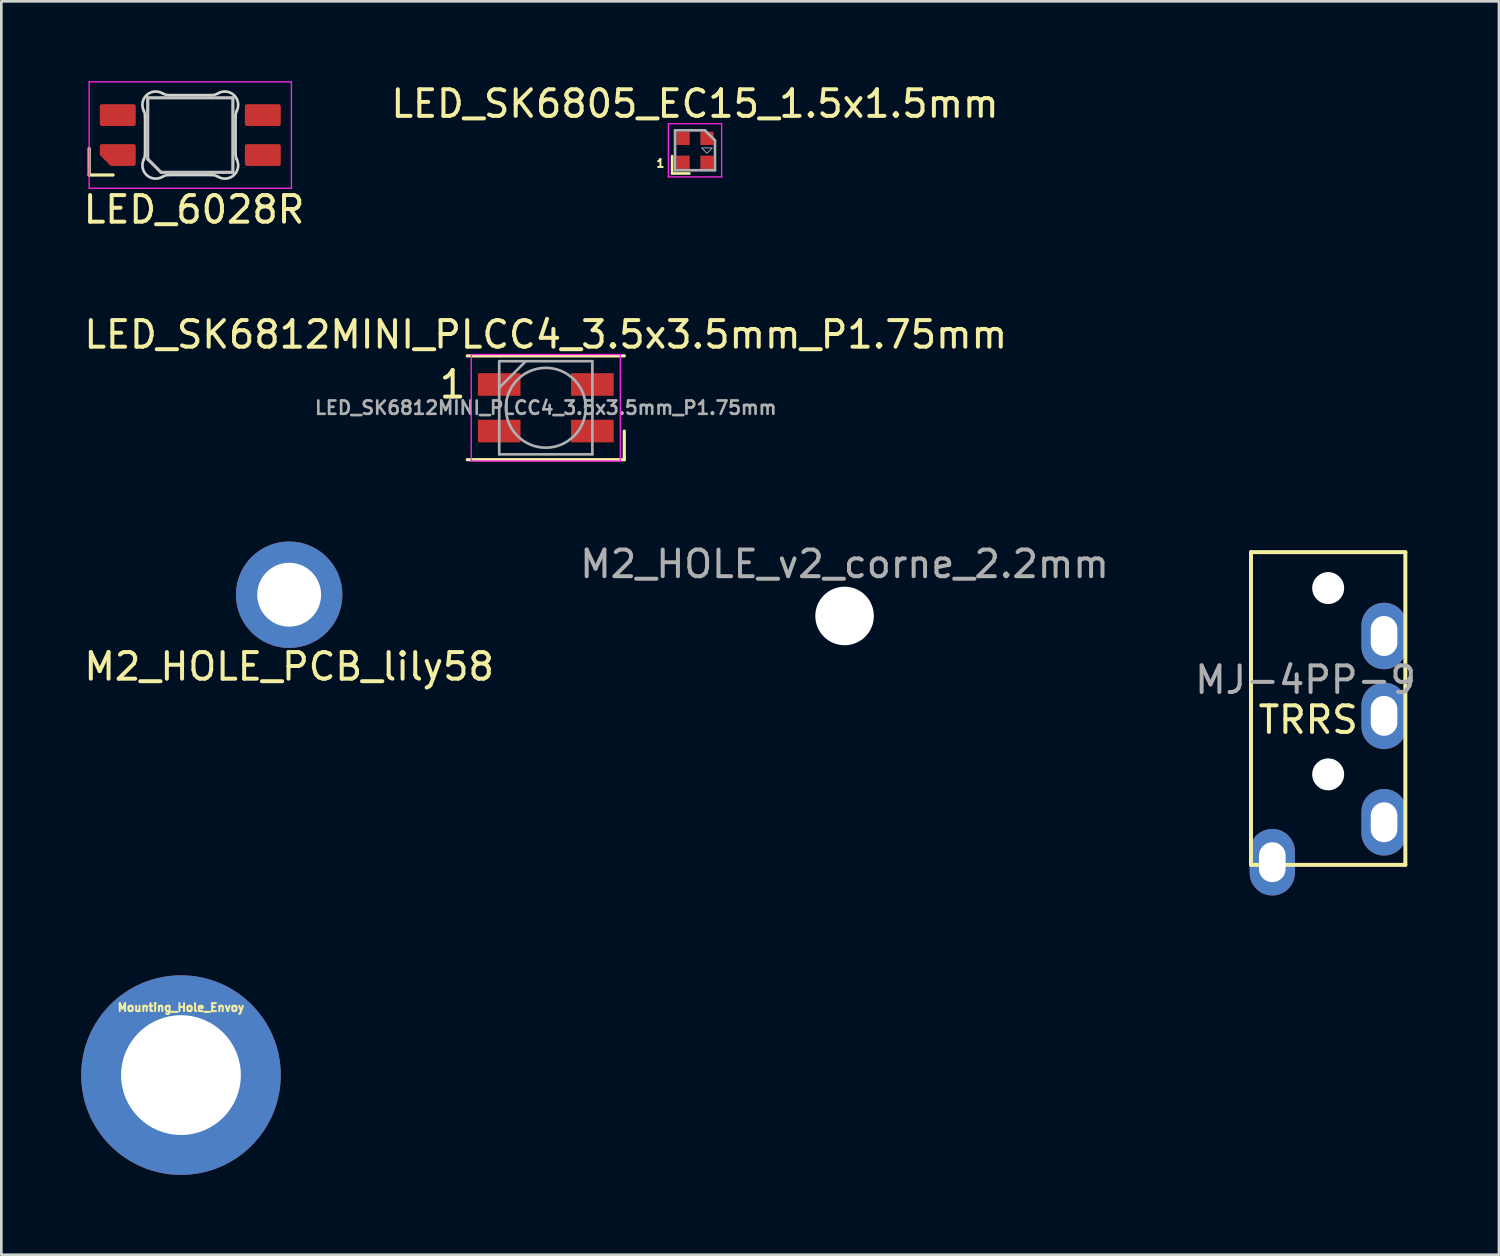
<source format=kicad_pcb>
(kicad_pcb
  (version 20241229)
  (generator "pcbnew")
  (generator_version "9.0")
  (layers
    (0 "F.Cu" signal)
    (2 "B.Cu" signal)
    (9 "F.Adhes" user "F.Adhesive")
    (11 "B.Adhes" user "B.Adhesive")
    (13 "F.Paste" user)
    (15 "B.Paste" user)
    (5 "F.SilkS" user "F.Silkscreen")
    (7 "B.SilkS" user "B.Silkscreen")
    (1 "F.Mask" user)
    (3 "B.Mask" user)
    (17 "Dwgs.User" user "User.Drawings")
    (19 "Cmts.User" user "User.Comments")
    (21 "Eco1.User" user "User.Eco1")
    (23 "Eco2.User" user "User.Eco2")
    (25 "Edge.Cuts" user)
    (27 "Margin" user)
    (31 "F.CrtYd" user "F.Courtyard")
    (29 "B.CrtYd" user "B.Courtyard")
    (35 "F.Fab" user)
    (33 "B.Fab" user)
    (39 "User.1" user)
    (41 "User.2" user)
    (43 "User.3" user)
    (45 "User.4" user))
  (footprint "M2_HOLE_PCB_lily58"
    (layer "F.Cu")
    (at 7.815 19.297)
    (property "Reference" "M2_HOLE_PCB_lily58" (at 0 2.7 0) (layer "F.SilkS") (effects (font (size 1 1) (thickness 0.15))))
    (attr through_hole)
    (pad "" thru_hole circle (at 0 0) (size 4 4) (drill 2.4) (layers "*.Cu" "*.Mask")))
  (footprint "Mounting_Hole_Envoy"
    (layer "F.Cu")
    (at 3.75 37.347)
    (property "Reference" "Mounting_Hole_Envoy" (at 0 -2.54 0) (layer "F.SilkS") (effects (font (size 0.3 0.3) (thickness 0.076))))
    (attr through_hole)
    (pad "" thru_hole circle (at 0 0 90) (size 7.5 7.5) (drill 4.5) (layers "*.Cu" "*.Mask")))
  (footprint "M2_HOLE_v2_corne_2.2mm"
    (layer "F.Cu")
    (at 28.685 20.095)
    (property "Reference" "M2_HOLE_v2_corne_2.2mm" (at 0 -1.95 0) (layer "F.Fab") (effects (font (size 1 1) (thickness 0.15))))
    (attr exclude_from_pos_files exclude_from_bom)
    (pad "" np_thru_hole circle (at 0 0) (size 2.2 2.2) (drill 2.2) (layers "*.Cu" "*.Mask")))
  (footprint "LED_6028R"
    (layer "F.Cu")
    (at 4.1 2.025)
    (property "Reference" "LED_6028R" (at -4.1 2.8 0) (layer "F.SilkS") (effects (font (size 1 1) (thickness 0.15)) (justify left)))
    (fp_line (start -3.8 0.5) (end -3.8 1.5) (stroke (width 0.12) (type solid)) (layer "F.SilkS"))
    (fp_line (start -3.8 1.5) (end -2.9 1.5) (stroke (width 0.12) (type solid)) (layer "F.SilkS"))
    (fp_line (start -1.6 -1.4) (end 1.6 -1.4) (stroke (width 0.12) (type solid)) (layer "Dwgs.User"))
    (fp_line (start -1.6 0.9) (end -1.6 -1.4) (stroke (width 0.12) (type solid)) (layer "Dwgs.User"))
    (fp_line (start -1.6 0.9) (end -1.1 1.4) (stroke (width 0.12) (type solid)) (layer "Dwgs.User"))
    (fp_line (start 1.6 -1.4) (end 1.6 1.4) (stroke (width 0.12) (type solid)) (layer "Dwgs.User"))
    (fp_line (start 1.6 1.4) (end -1.1 1.4) (stroke (width 0.12) (type solid)) (layer "Dwgs.User"))
    (fp_line (start -1.7 -0.703) (end -1.7 0.703) (stroke (width 0.1) (type solid)) (layer "Edge.Cuts"))
    (fp_line (start -0.794 1.5) (end 0.794 1.5) (stroke (width 0.1) (type solid)) (layer "Edge.Cuts"))
    (fp_line (start 0.794 -1.5) (end -0.794 -1.5) (stroke (width 0.1) (type solid)) (layer "Edge.Cuts"))
    (fp_line (start 1.7 0.703) (end 1.7 -0.703) (stroke (width 0.1) (type solid)) (layer "Edge.Cuts"))
    (fp_arc (start -1.749484 -0.919721) (mid -1.712527 -0.814069) (end -1.699999 -0.702844) (stroke (width 0.1) (type solid)) (layer "Edge.Cuts"))
    (fp_arc (start -1.749484 -0.919721) (mid -1.638071 -1.504036) (end -1.046711 -1.568299) (stroke (width 0.1) (type solid)) (layer "Edge.Cuts"))
    (fp_arc (start -1.699999 0.702841) (mid -1.712527 0.814067) (end -1.749484 0.919719) (stroke (width 0.1) (type solid)) (layer "Edge.Cuts"))
    (fp_arc (start -1.046711 1.568298) (mid -1.638072 1.504034) (end -1.749484 0.919718) (stroke (width 0.1) (type solid)) (layer "Edge.Cuts"))
    (fp_arc (start -1.046711 1.568298) (mid -0.925123 1.517376) (end -0.794452 1.499999) (stroke (width 0.1) (type solid)) (layer "Edge.Cuts"))
    (fp_arc (start -0.794453 -1.5) (mid -0.925123 -1.517377) (end -1.046711 -1.568299) (stroke (width 0.1) (type solid)) (layer "Edge.Cuts"))
    (fp_arc (start 0.794452 1.499999) (mid 0.925122 1.517376) (end 1.04671 1.568298) (stroke (width 0.1) (type solid)) (layer "Edge.Cuts"))
    (fp_arc (start 1.046711 -1.5683) (mid 0.925123 -1.517378) (end 0.794453 -1.500001) (stroke (width 0.1) (type solid)) (layer "Edge.Cuts"))
    (fp_arc (start 1.046711 -1.5683) (mid 1.638071 -1.504036) (end 1.749484 -0.919721) (stroke (width 0.1) (type solid)) (layer "Edge.Cuts"))
    (fp_arc (start 1.699999 -0.702843) (mid 1.712527 -0.814069) (end 1.749484 -0.919721) (stroke (width 0.1) (type solid)) (layer "Edge.Cuts"))
    (fp_arc (start 1.749484 0.919719) (mid 1.63807 1.504033) (end 1.046711 1.568296) (stroke (width 0.1) (type solid)) (layer "Edge.Cuts"))
    (fp_arc (start 1.749484 0.919719) (mid 1.712527 0.814067) (end 1.699999 0.702842) (stroke (width 0.1) (type solid)) (layer "Edge.Cuts"))
    (fp_line (start -3.8 -2) (end 3.8 -2) (stroke (width 0.05) (type solid)) (layer "F.CrtYd"))
    (fp_line (start -3.8 2) (end -3.8 -2) (stroke (width 0.05) (type solid)) (layer "F.CrtYd"))
    (fp_line (start 3.8 -2) (end 3.8 2) (stroke (width 0.05) (type solid)) (layer "F.CrtYd"))
    (fp_line (start 3.8 2) (end -3.8 2) (stroke (width 0.05) (type solid)) (layer "F.CrtYd"))
    (pad "1" smd roundrect (at 2.725 -0.75 90) (size 0.82 1.35) (layers "F.Cu" "F.Mask" "F.Paste") (roundrect_rratio 0.1))
    (pad "2" smd roundrect (at 2.725 0.75 90) (size 0.82 1.35) (layers "F.Cu" "F.Mask" "F.Paste") (roundrect_rratio 0.1))
    (pad "3" smd roundrect (at -2.725 -0.75 90) (size 0.82 1.35) (layers "F.Cu" "F.Mask" "F.Paste") (roundrect_rratio 0.1))
    (pad "4" smd roundrect (at -2.725 0.75 90) (size 0.82 1.35) (layers "F.Cu" "F.Mask" "F.Paste") (roundrect_rratio 0.1) (chamfer_ratio 0.5) (chamfer top_left)))
  (footprint "LED_SK6805_EC15_1.5x1.5mm"
    (layer "F.Cu")
    (at 23.065 2.598)
    (property "Reference" "LED_SK6805_EC15_1.5x1.5mm" (at 0 -1.75 0) (layer "F.SilkS") (effects (font (size 1 1) (thickness 0.15))))
    (attr smd)
    (fp_line (start -0.86 0.87) (end -0.86 0.22) (stroke (width 0.1) (type solid)) (layer "F.SilkS"))
    (fp_line (start -0.21 0.87) (end -0.86 0.87) (stroke (width 0.1) (type solid)) (layer "F.SilkS"))
    (fp_poly (pts (xy 0.45 0.11) (xy 0.25 -0.09) (xy 0.65 -0.09)) (stroke (width 0.03) (type solid)) (fill no) (layer "Dwgs.User"))
    (fp_line (start -1 -1) (end 1 -1) (stroke (width 0.05) (type solid)) (layer "F.CrtYd"))
    (fp_line (start -1 1) (end -1 -1) (stroke (width 0.05) (type solid)) (layer "F.CrtYd"))
    (fp_line (start 1 -1) (end 1 1) (stroke (width 0.05) (type solid)) (layer "F.CrtYd"))
    (fp_line (start 1 1) (end -1 1) (stroke (width 0.05) (type solid)) (layer "F.CrtYd"))
    (fp_line (start -0.75 -0.75) (end 0.375 -0.75) (stroke (width 0.1) (type solid)) (layer "F.Fab"))
    (fp_line (start -0.75 0.75) (end -0.75 -0.75) (stroke (width 0.1) (type solid)) (layer "F.Fab"))
    (fp_line (start 0.375 -0.75) (end 0.75 -0.375) (stroke (width 0.1) (type solid)) (layer "F.Fab"))
    (fp_line (start 0.75 -0.375) (end 0.75 0.75) (stroke (width 0.1) (type solid)) (layer "F.Fab"))
    (fp_line (start 0.75 0.75) (end -0.75 0.75) (stroke (width 0.1) (type solid)) (layer "F.Fab"))
    (fp_text user "1" (at -1.3 0.49 0) (layer "F.SilkS") (effects (font (size 0.3 0.3) (thickness 0.075))))
    (pad "1" smd rect (at -0.45 0.45) (size 0.5 0.5) (layers "F.Cu" "F.Mask" "F.Paste"))
    (pad "2" smd rect (at 0.45 0.45) (size 0.5 0.5) (layers "F.Cu" "F.Mask" "F.Paste"))
    (pad "3" smd rect (at 0.45 -0.45) (size 0.5 0.5) (layers "F.Cu" "F.Mask" "F.Paste"))
    (pad "4" smd rect (at -0.45 -0.45) (size 0.5 0.5) (layers "F.Cu" "F.Mask" "F.Paste")))
  (footprint "LED_SK6812MINI_PLCC4_3.5x3.5mm_P1.75mm"
    (layer "F.Cu")
    (at 17.458 12.272)
    (property "Reference" "LED_SK6812MINI_PLCC4_3.5x3.5mm_P1.75mm" (at 0 -2.75 0) (layer "F.SilkS") (effects (font (size 1 1) (thickness 0.15))))
    (attr smd)
    (fp_line (start -2.95 -1.95) (end 2.95 -1.95) (stroke (width 0.12) (type solid)) (layer "F.SilkS"))
    (fp_line (start -2.95 1.95) (end 2.95 1.95) (stroke (width 0.12) (type solid)) (layer "F.SilkS"))
    (fp_line (start 2.95 1.95) (end 2.95 0.875) (stroke (width 0.12) (type solid)) (layer "F.SilkS"))
    (fp_line (start -2.8 -2) (end -2.8 2) (stroke (width 0.05) (type solid)) (layer "F.CrtYd"))
    (fp_line (start -2.8 2) (end 2.8 2) (stroke (width 0.05) (type solid)) (layer "F.CrtYd"))
    (fp_line (start 2.8 -2) (end -2.8 -2) (stroke (width 0.05) (type solid)) (layer "F.CrtYd"))
    (fp_line (start 2.8 2) (end 2.8 -2) (stroke (width 0.05) (type solid)) (layer "F.CrtYd"))
    (fp_line (start -1.75 -1.75) (end -1.75 1.75) (stroke (width 0.1) (type solid)) (layer "F.Fab"))
    (fp_line (start -1.75 -0.75) (end -0.75 -1.75) (stroke (width 0.1) (type solid)) (layer "F.Fab"))
    (fp_line (start -1.75 1.75) (end 1.75 1.75) (stroke (width 0.1) (type solid)) (layer "F.Fab"))
    (fp_line (start 1.75 -1.75) (end -1.75 -1.75) (stroke (width 0.1) (type solid)) (layer "F.Fab"))
    (fp_line (start 1.75 1.75) (end 1.75 -1.75) (stroke (width 0.1) (type solid)) (layer "F.Fab"))
    (fp_circle (center 0 0) (end 0 -1.5) (stroke (width 0.1) (type solid)) (fill no) (layer "F.Fab"))
    (fp_text user "1" (at -3.5 -0.875 0) (layer "F.SilkS") (effects (font (size 1 1) (thickness 0.15))))
    (fp_text user "${REFERENCE}" (at 0 0 0) (layer "F.Fab") (effects (font (size 0.5 0.5) (thickness 0.1))))
    (pad "1" smd rect (at -1.75 -0.875) (size 1.6 0.85) (layers "F.Cu" "F.Mask" "F.Paste"))
    (pad "2" smd rect (at -1.75 0.875) (size 1.6 0.85) (layers "F.Cu" "F.Mask" "F.Paste"))
    (pad "3" smd rect (at 1.75 0.875) (size 1.6 0.85) (layers "F.Cu" "F.Mask" "F.Paste"))
    (pad "4" smd rect (at 1.75 -0.875) (size 1.6 0.85) (layers "F.Cu" "F.Mask" "F.Paste")))
  (footprint "MJ-4PP-9"
    (layer "F.Cu")
    (at 46.856 17.547)
    (property "Reference" "MJ-4PP-9" (at -0.85 4.95 0) (layer "F.Fab") (effects (font (size 1 1) (thickness 0.15))))
    (attr through_hole)
    (fp_line (start -2.9 0.15) (end 2.9 0.15) (stroke (width 0.15) (type solid)) (layer "F.SilkS"))
    (fp_line (start -2.9 11.9) (end -2.9 0.15) (stroke (width 0.15) (type solid)) (layer "F.SilkS"))
    (fp_line (start 2.9 0.15) (end 2.9 11.9) (stroke (width 0.15) (type solid)) (layer "F.SilkS"))
    (fp_line (start 2.9 11.9) (end -2.9 11.9) (stroke (width 0.15) (type solid)) (layer "F.SilkS"))
    (fp_text user "TRRS" (at -0.75 6.45 0) (layer "F.SilkS") (effects (font (size 1 1) (thickness 0.15))))
    (pad "" np_thru_hole circle (at 0 1.5) (size 1.2 1.2) (drill 1.2) (layers "*.Cu" "*.Mask"))
    (pad "" np_thru_hole circle (at 0 8.5) (size 1.2 1.2) (drill 1.2) (layers "*.Cu" "*.Mask"))
    (pad "1" thru_hole oval (at 2.1 3.3) (size 1.7 2.5) (drill oval 1 1.5) (layers "*.Cu" "B.Mask"))
    (pad "2" thru_hole oval (at 2.1 6.3) (size 1.7 2.5) (drill oval 1 1.5) (layers "*.Cu" "B.Mask"))
    (pad "3" thru_hole oval (at 2.1 10.3) (size 1.7 2.5) (drill oval 1 1.5) (layers "*.Cu" "B.Mask"))
    (pad "4" thru_hole oval (at -2.1 11.8) (size 1.7 2.5) (drill oval 1 1.5) (layers "*.Cu" "B.Mask")))
  (gr_rect
    (start -3 -3)
    (end 53.274 44.097)
    (stroke (width 0.1) (type default))
    (fill no)
    (layer "Edge.Cuts")))
</source>
